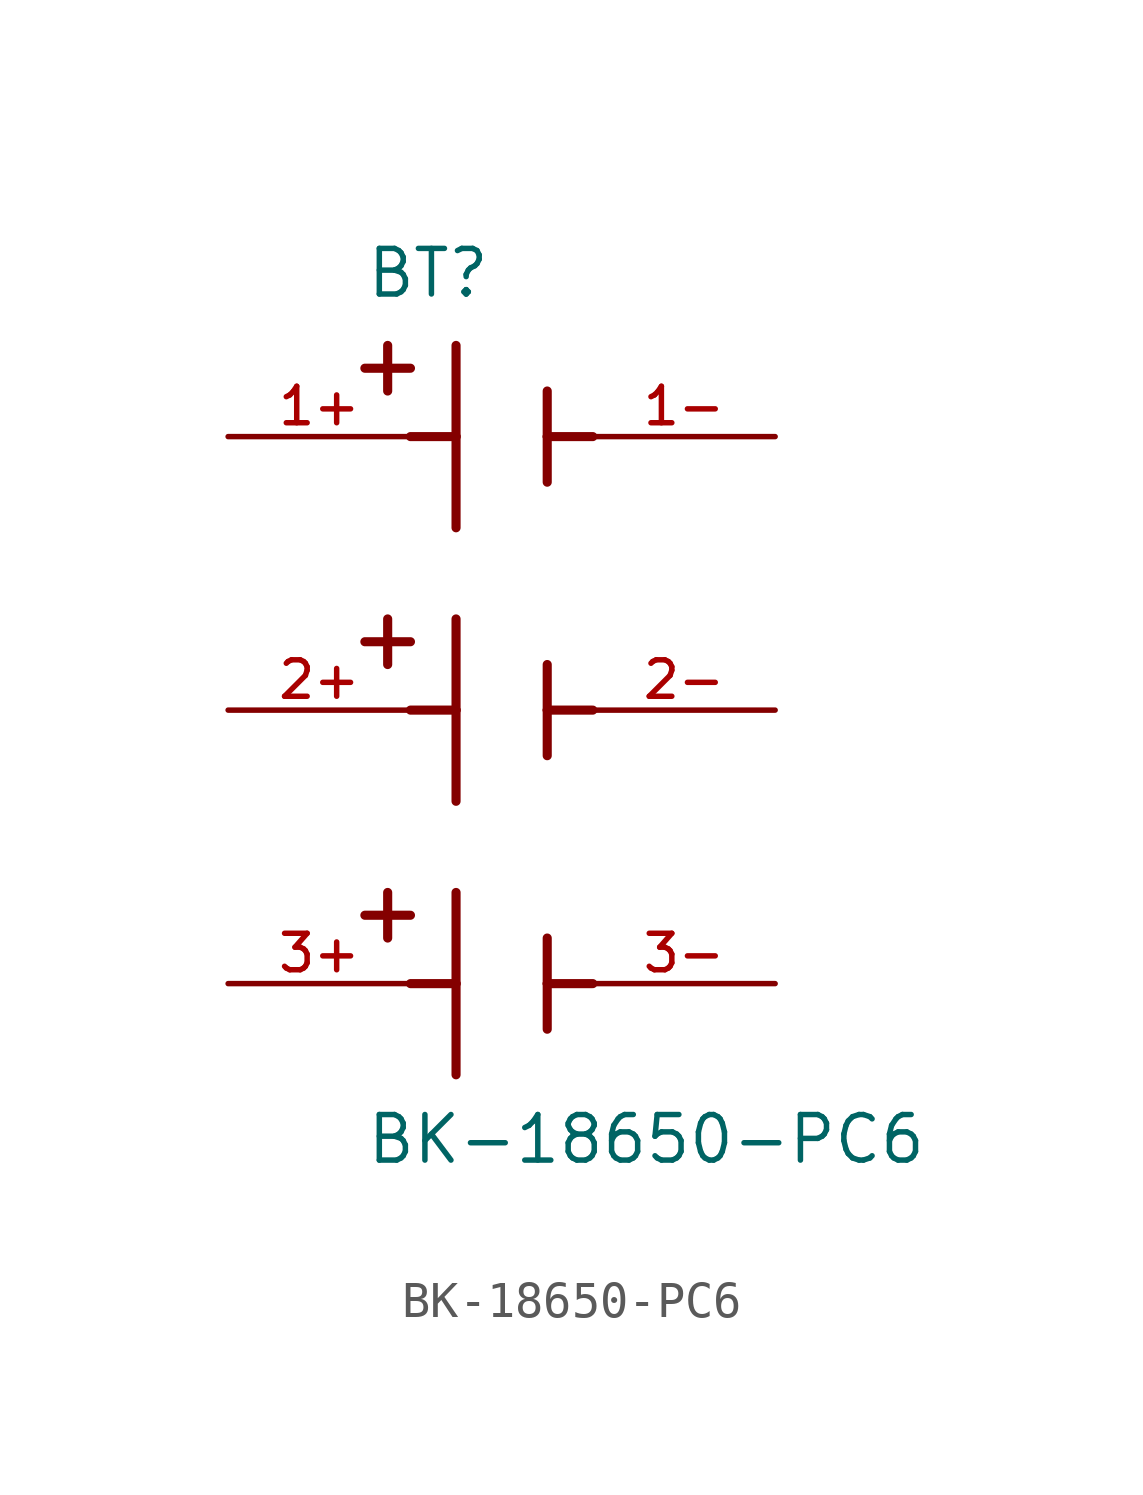
<source format=kicad_sym>
(kicad_symbol_lib
  (version 20211014)
  (generator kicad_symbol_editor)
  (symbol "BK-18650-PC6"
    (pin_names
      (offset 1.016))
    (property "Reference" "BT"
      (at -3.81 11.43 0)
      (effects (font (size 1.27 1.27)) (justify bottom left)))
    (property "Value" "BK-18650-PC6"
      (at -3.81 -12.7 0)
      (effects (font (size 1.27 1.27)) (justify bottom left)))
    (symbol "BK-18650-PC6_0_0"
      (polyline (pts (xy -1.27 10.16) (xy -1.27 7.62)) (stroke (width 0.254)))
      (polyline (pts (xy -1.27 7.62) (xy -1.27 5.08)) (stroke (width 0.254)))
      (polyline (pts (xy 1.27 8.89) (xy 1.27 7.62)) (stroke (width 0.254)))
      (polyline (pts (xy 1.27 7.62) (xy 1.27 6.35)) (stroke (width 0.254)))
      (polyline (pts (xy -1.27 7.62) (xy -2.54 7.62)) (stroke (width 0.254)))
      (polyline (pts (xy 1.27 7.62) (xy 2.54 7.62)) (stroke (width 0.254)))
      (polyline (pts (xy -3.175 10.16) (xy -3.175 8.89)) (stroke (width 0.254)))
      (polyline (pts (xy -3.81 9.525) (xy -2.54 9.525)) (stroke (width 0.254)))
      (polyline (pts (xy -1.27 2.54) (xy -1.27 0.0)) (stroke (width 0.254)))
      (polyline (pts (xy -1.27 0.0) (xy -1.27 -2.54)) (stroke (width 0.254)))
      (polyline (pts (xy 1.27 1.27) (xy 1.27 0.0)) (stroke (width 0.254)))
      (polyline (pts (xy 1.27 0.0) (xy 1.27 -1.27)) (stroke (width 0.254)))
      (polyline (pts (xy -1.27 0.0) (xy -2.54 0.0)) (stroke (width 0.254)))
      (polyline (pts (xy 1.27 0.0) (xy 2.54 0.0)) (stroke (width 0.254)))
      (polyline (pts (xy -3.175 2.54) (xy -3.175 1.27)) (stroke (width 0.254)))
      (polyline (pts (xy -3.81 1.905) (xy -2.54 1.905)) (stroke (width 0.254)))
      (polyline (pts (xy -1.27 -5.08) (xy -1.27 -7.62)) (stroke (width 0.254)))
      (polyline (pts (xy -1.27 -7.62) (xy -1.27 -10.16)) (stroke (width 0.254)))
      (polyline (pts (xy 1.27 -6.35) (xy 1.27 -7.62)) (stroke (width 0.254)))
      (polyline (pts (xy 1.27 -7.62) (xy 1.27 -8.89)) (stroke (width 0.254)))
      (polyline (pts (xy -1.27 -7.62) (xy -2.54 -7.62)) (stroke (width 0.254)))
      (polyline (pts (xy 1.27 -7.62) (xy 2.54 -7.62)) (stroke (width 0.254)))
      (polyline (pts (xy -3.175 -5.08) (xy -3.175 -6.35)) (stroke (width 0.254)))
      (polyline (pts (xy -3.81 -5.715) (xy -2.54 -5.715)) (stroke (width 0.254)))
      (pin passive line (at -7.62 7.62 0) (length 5.08) (name "~" (effects (font (size 1.016 1.016)))) (number "1+" (effects (font (size 1.016 1.016)))))
      (pin passive line (at 7.62 7.62 180.0) (length 5.08) (name "~" (effects (font (size 1.016 1.016)))) (number "1-" (effects (font (size 1.016 1.016)))))
      (pin passive line (at -7.62 0.0 0) (length 5.08) (name "~" (effects (font (size 1.016 1.016)))) (number "2+" (effects (font (size 1.016 1.016)))))
      (pin passive line (at 7.62 0.0 180.0) (length 5.08) (name "~" (effects (font (size 1.016 1.016)))) (number "2-" (effects (font (size 1.016 1.016)))))
      (pin passive line (at -7.62 -7.62 0) (length 5.08) (name "~" (effects (font (size 1.016 1.016)))) (number "3+" (effects (font (size 1.016 1.016)))))
      (pin passive line (at 7.62 -7.62 180.0) (length 5.08) (name "~" (effects (font (size 1.016 1.016)))) (number "3-" (effects (font (size 1.016 1.016))))))))
</source>
